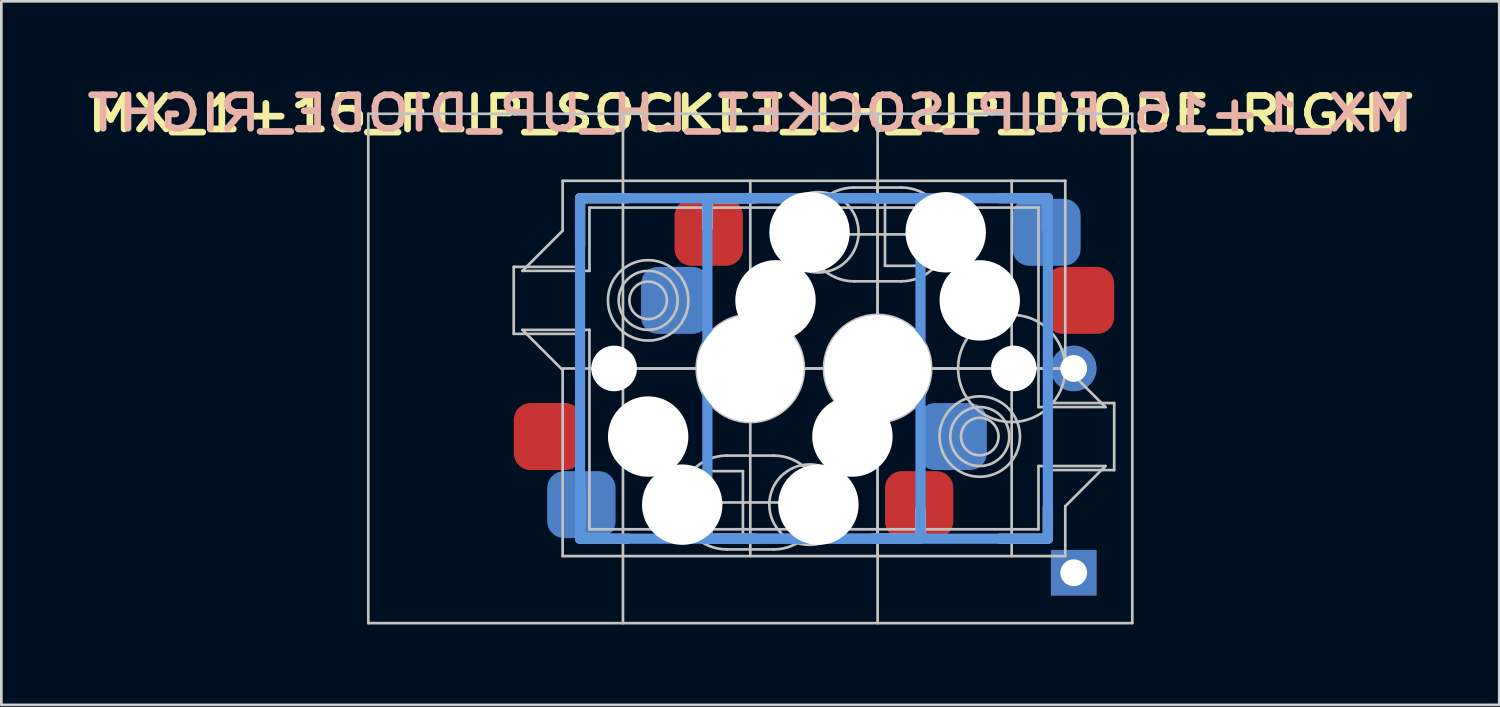
<source format=kicad_pcb>
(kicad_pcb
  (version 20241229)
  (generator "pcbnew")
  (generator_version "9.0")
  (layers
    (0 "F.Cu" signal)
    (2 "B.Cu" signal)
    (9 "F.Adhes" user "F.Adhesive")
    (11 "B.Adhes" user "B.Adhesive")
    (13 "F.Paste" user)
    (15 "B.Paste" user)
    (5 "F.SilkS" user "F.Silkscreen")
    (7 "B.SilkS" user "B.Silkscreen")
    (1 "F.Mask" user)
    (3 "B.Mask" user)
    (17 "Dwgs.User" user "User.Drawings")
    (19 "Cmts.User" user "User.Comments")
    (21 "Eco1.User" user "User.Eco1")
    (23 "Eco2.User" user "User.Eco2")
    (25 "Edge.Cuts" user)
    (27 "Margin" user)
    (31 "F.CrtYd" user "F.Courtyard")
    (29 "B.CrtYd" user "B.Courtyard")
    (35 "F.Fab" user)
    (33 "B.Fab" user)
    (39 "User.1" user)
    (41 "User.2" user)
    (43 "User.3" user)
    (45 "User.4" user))
  (footprint "MX_1+15_FLIP_SOCKET_LH_UP_DIODE_RIGHT"
    (layer "F.Cu")
    (at 24.939 10.695)
    (property "Reference" "MX_1+15_FLIP_SOCKET_LH_UP_DIODE_RIGHT" (at 0 -9.5 180) (layer "F.SilkS") (effects (font (size 1.25 1.5) (thickness 0.25))))
    (attr through_hole)
    (fp_line (start -6.35 -6.35) (end -4.572 -6.35) (stroke (width 0.381) (type solid)) (layer "F.SilkS"))
    (fp_line (start -6.35 -4.572) (end -6.35 -6.35) (stroke (width 0.381) (type solid)) (layer "F.SilkS"))
    (fp_line (start -1.6 -5.25) (end -1.6 -6.1) (stroke (width 0.381) (type solid)) (layer "F.SilkS"))
    (fp_line (start -1.6 6.35) (end -1.6 5.3) (stroke (width 0.381) (type solid)) (layer "F.SilkS"))
    (fp_line (start -1.25 -6.35) (end 0.178 -6.35) (stroke (width 0.381) (type solid)) (layer "F.SilkS"))
    (fp_line (start 0.178 6.35) (end -1.6 6.35) (stroke (width 0.381) (type solid)) (layer "F.SilkS"))
    (fp_line (start 4.572 -6.35) (end 6.35 -6.35) (stroke (width 0.381) (type solid)) (layer "F.SilkS"))
    (fp_line (start 6 6.35) (end 4.572 6.35) (stroke (width 0.381) (type solid)) (layer "F.SilkS"))
    (fp_line (start 6.35 -6.35) (end 6.35 -5.25) (stroke (width 0.381) (type solid)) (layer "F.SilkS"))
    (fp_line (start 6.35 5.3) (end 6.35 6.1) (stroke (width 0.381) (type solid)) (layer "F.SilkS"))
    (fp_line (start 11.1 5.2) (end 11.1 6.35) (stroke (width 0.381) (type solid)) (layer "F.SilkS"))
    (fp_line (start 11.1 6.35) (end 9.322 6.35) (stroke (width 0.381) (type solid)) (layer "F.SilkS"))
    (fp_line (start -6.35 6.35) (end -6.35 4.572) (stroke (width 0.381) (type solid)) (layer "B.SilkS"))
    (fp_line (start -4.572 6.35) (end -6.35 6.35) (stroke (width 0.381) (type solid)) (layer "B.SilkS"))
    (fp_line (start -1.6 -6.35) (end 0.178 -6.35) (stroke (width 0.381) (type solid)) (layer "B.SilkS"))
    (fp_line (start -1.6 -5.25) (end -1.6 -6.35) (stroke (width 0.381) (type solid)) (layer "B.SilkS"))
    (fp_line (start -1.6 6.1) (end -1.6 5.3) (stroke (width 0.381) (type solid)) (layer "B.SilkS"))
    (fp_line (start 0.178 6.35) (end -1.25 6.35) (stroke (width 0.381) (type solid)) (layer "B.SilkS"))
    (fp_line (start 4.572 -6.35) (end 6 -6.35) (stroke (width 0.381) (type solid)) (layer "B.SilkS"))
    (fp_line (start 6.35 -6.1) (end 6.35 -5.25) (stroke (width 0.381) (type solid)) (layer "B.SilkS"))
    (fp_line (start 6.35 5.3) (end 6.35 6.35) (stroke (width 0.381) (type solid)) (layer "B.SilkS"))
    (fp_line (start 6.35 6.35) (end 4.572 6.35) (stroke (width 0.381) (type solid)) (layer "B.SilkS"))
    (fp_line (start 9.322 -6.35) (end 11.1 -6.35) (stroke (width 0.381) (type solid)) (layer "B.SilkS"))
    (fp_line (start 11.1 -6.35) (end 11.1 -5.2) (stroke (width 0.381) (type solid)) (layer "B.SilkS"))
    (fp_line (start -14.25 -9.5) (end -14.25 9.5) (stroke (width 0.1) (type solid)) (layer "Dwgs.User"))
    (fp_line (start -14.25 9.5) (end 14.25 9.5) (stroke (width 0.1) (type solid)) (layer "Dwgs.User"))
    (fp_line (start -8.825 -3.79) (end -8.825 -1.29) (stroke (width 0.1) (type solid)) (layer "Dwgs.User"))
    (fp_line (start -8.825 -1.29) (end -6.275 -1.29) (stroke (width 0.1) (type solid)) (layer "Dwgs.User"))
    (fp_line (start -8.5 -3.64) (end -7 -5.14) (stroke (width 0.1) (type solid)) (layer "Dwgs.User"))
    (fp_line (start -8.5 -3.64) (end -6 -3.64) (stroke (width 0.1) (type solid)) (layer "Dwgs.User"))
    (fp_line (start -7 -5.14) (end -7 -7) (stroke (width 0.1) (type solid)) (layer "Dwgs.User"))
    (fp_line (start -7 0.06) (end -8.5 -1.44) (stroke (width 0.1) (type solid)) (layer "Dwgs.User"))
    (fp_line (start -7 7) (end -7 0.06) (stroke (width 0.1) (type solid)) (layer "Dwgs.User"))
    (fp_line (start -7 7) (end 11.75 7) (stroke (width 0.1) (type solid)) (layer "Dwgs.User"))
    (fp_line (start -6.275 -3.79) (end -8.825 -3.79) (stroke (width 0.1) (type solid)) (layer "Dwgs.User"))
    (fp_line (start -6.275 -1.29) (end -6.275 -3.79) (stroke (width 0.1) (type solid)) (layer "Dwgs.User"))
    (fp_line (start -6 -3.64) (end -6 -6) (stroke (width 0.1) (type solid)) (layer "Dwgs.User"))
    (fp_line (start -6 -1.44) (end -8.5 -1.44) (stroke (width 0.1) (type solid)) (layer "Dwgs.User"))
    (fp_line (start -6 6) (end -6 -1.44) (stroke (width 0.1) (type solid)) (layer "Dwgs.User"))
    (fp_line (start -4.75 -9.5) (end -4.75 9.5) (stroke (width 0.1) (type solid)) (layer "Dwgs.User"))
    (fp_line (start -2.825 3.83) (end -2.825 6.33) (stroke (width 0.1) (type solid)) (layer "Dwgs.User"))
    (fp_line (start -2.825 6.33) (end -0.275 6.33) (stroke (width 0.1) (type solid)) (layer "Dwgs.User"))
    (fp_line (start -0.275 3.83) (end -2.825 3.83) (stroke (width 0.1) (type solid)) (layer "Dwgs.User"))
    (fp_line (start -0.275 6.33) (end -0.275 3.83) (stroke (width 0.1) (type solid)) (layer "Dwgs.User"))
    (fp_line (start 0 7) (end 0 -7) (stroke (width 0.1) (type solid)) (layer "Dwgs.User"))
    (fp_line (start 0.875 3.25) (end -0.875 3.25) (stroke (width 0.1) (type solid)) (layer "Dwgs.User"))
    (fp_line (start 0.875 6.75) (end -0.875 6.75) (stroke (width 0.1) (type solid)) (layer "Dwgs.User"))
    (fp_line (start 2.125 -5) (end 7.375 -5) (stroke (width 0.1) (type solid)) (layer "Dwgs.User"))
    (fp_line (start 2.625 5) (end -2.625 5) (stroke (width 0.1) (type solid)) (layer "Dwgs.User"))
    (fp_line (start 3.875 -6.75) (end 5.625 -6.75) (stroke (width 0.1) (type solid)) (layer "Dwgs.User"))
    (fp_line (start 3.875 -3.25) (end 5.625 -3.25) (stroke (width 0.1) (type solid)) (layer "Dwgs.User"))
    (fp_line (start 4.75 -9.5) (end 4.75 9.5) (stroke (width 0.1) (type solid)) (layer "Dwgs.User"))
    (fp_line (start 4.75 7) (end 4.75 -7) (stroke (width 0.1) (type solid)) (layer "Dwgs.User"))
    (fp_line (start 5.025 -6.33) (end 5.025 -3.83) (stroke (width 0.1) (type solid)) (layer "Dwgs.User"))
    (fp_line (start 5.025 -3.83) (end 7.575 -3.83) (stroke (width 0.1) (type solid)) (layer "Dwgs.User"))
    (fp_line (start 7.575 -6.33) (end 5.025 -6.33) (stroke (width 0.1) (type solid)) (layer "Dwgs.User"))
    (fp_line (start 7.575 -3.83) (end 7.575 -6.33) (stroke (width 0.1) (type solid)) (layer "Dwgs.User"))
    (fp_line (start 9.75 -7) (end 9.75 7) (stroke (width 0.1) (type solid)) (layer "Dwgs.User"))
    (fp_line (start 10.75 -6) (end -6 -6) (stroke (width 0.1) (type solid)) (layer "Dwgs.User"))
    (fp_line (start 10.75 -6) (end 10.75 1.44) (stroke (width 0.1) (type solid)) (layer "Dwgs.User"))
    (fp_line (start 10.75 1.44) (end 13.25 1.44) (stroke (width 0.1) (type solid)) (layer "Dwgs.User"))
    (fp_line (start 10.75 3.64) (end 10.75 6) (stroke (width 0.1) (type solid)) (layer "Dwgs.User"))
    (fp_line (start 10.75 6) (end -6 6) (stroke (width 0.1) (type solid)) (layer "Dwgs.User"))
    (fp_line (start 11.025 1.29) (end 11.025 3.79) (stroke (width 0.1) (type solid)) (layer "Dwgs.User"))
    (fp_line (start 11.025 3.79) (end 13.575 3.79) (stroke (width 0.1) (type solid)) (layer "Dwgs.User"))
    (fp_line (start 11.75 -7) (end -7 -7) (stroke (width 0.1) (type solid)) (layer "Dwgs.User"))
    (fp_line (start 11.75 -7) (end 11.75 -0.06) (stroke (width 0.1) (type solid)) (layer "Dwgs.User"))
    (fp_line (start 11.75 -0.06) (end 13.25 1.44) (stroke (width 0.1) (type solid)) (layer "Dwgs.User"))
    (fp_line (start 11.75 0) (end -7 0) (stroke (width 0.1) (type solid)) (layer "Dwgs.User"))
    (fp_line (start 11.75 0) (end -4.75 0) (stroke (width 0.1) (type solid)) (layer "Dwgs.User"))
    (fp_line (start 11.75 5.14) (end 11.75 7) (stroke (width 0.1) (type solid)) (layer "Dwgs.User"))
    (fp_line (start 13.25 3.64) (end 10.75 3.64) (stroke (width 0.1) (type solid)) (layer "Dwgs.User"))
    (fp_line (start 13.25 3.64) (end 11.75 5.14) (stroke (width 0.1) (type solid)) (layer "Dwgs.User"))
    (fp_line (start 13.575 1.29) (end 11.025 1.29) (stroke (width 0.1) (type solid)) (layer "Dwgs.User"))
    (fp_line (start 13.575 3.79) (end 13.575 1.29) (stroke (width 0.1) (type solid)) (layer "Dwgs.User"))
    (fp_line (start 14.25 -9.5) (end -14.25 -9.5) (stroke (width 0.1) (type solid)) (layer "Dwgs.User"))
    (fp_line (start 14.25 9.5) (end 14.25 -9.5) (stroke (width 0.1) (type solid)) (layer "Dwgs.User"))
    (fp_arc (start -0.875 6.75) (mid -2.625 5) (end -0.875 3.25) (stroke (width 0.1) (type solid)) (layer "Dwgs.User"))
    (fp_arc (start 0.875 3.25) (mid 2.625 5) (end 0.875 6.75) (stroke (width 0.1) (type solid)) (layer "Dwgs.User"))
    (fp_arc (start 3.875 -3.25) (mid 2.125 -5) (end 3.875 -6.75) (stroke (width 0.1) (type solid)) (layer "Dwgs.User"))
    (fp_arc (start 5.625 -6.75) (mid 7.375 -5) (end 5.625 -3.25) (stroke (width 0.1) (type solid)) (layer "Dwgs.User"))
    (fp_circle (center -3.81 -2.54) (end -3.81 -1.84) (stroke (width 0.1) (type solid)) (fill no) (layer "Dwgs.User"))
    (fp_circle (center -3.81 -2.54) (end -3.81 -1.44) (stroke (width 0.1) (type solid)) (fill no) (layer "Dwgs.User"))
    (fp_circle (center -3.81 -2.54) (end -3.81 -1.04) (stroke (width 0.1) (type solid)) (fill no) (layer "Dwgs.User"))
    (fp_circle (center 0 0) (end 0 2) (stroke (width 0.1) (type solid)) (fill no) (layer "Dwgs.User"))
    (fp_circle (center 2.21 5.08) (end 2.21 5.78) (stroke (width 0.1) (type solid)) (fill no) (layer "Dwgs.User"))
    (fp_circle (center 2.21 5.08) (end 2.21 6.18) (stroke (width 0.1) (type solid)) (fill no) (layer "Dwgs.User"))
    (fp_circle (center 2.21 5.08) (end 2.21 6.58) (stroke (width 0.1) (type solid)) (fill no) (layer "Dwgs.User"))
    (fp_circle (center 2.54 -5.08) (end 2.54 -4.38) (stroke (width 0.1) (type solid)) (fill no) (layer "Dwgs.User"))
    (fp_circle (center 2.54 -5.08) (end 2.54 -3.98) (stroke (width 0.1) (type solid)) (fill no) (layer "Dwgs.User"))
    (fp_circle (center 2.54 -5.08) (end 2.54 -3.58) (stroke (width 0.1) (type solid)) (fill no) (layer "Dwgs.User"))
    (fp_circle (center 4.75 0) (end 4.75 2) (stroke (width 0.1) (type solid)) (fill no) (layer "Dwgs.User"))
    (fp_circle (center 8.56 2.54) (end 8.56 3.24) (stroke (width 0.1) (type solid)) (fill no) (layer "Dwgs.User"))
    (fp_circle (center 8.56 2.54) (end 8.56 3.64) (stroke (width 0.1) (type solid)) (fill no) (layer "Dwgs.User"))
    (fp_circle (center 8.56 2.54) (end 8.56 4.04) (stroke (width 0.1) (type solid)) (fill no) (layer "Dwgs.User"))
    (fp_circle (center 9.75 0) (end 9.75 2) (stroke (width 0.1) (type solid)) (fill no) (layer "Dwgs.User"))
    (fp_line (start -6.35 -6.35) (end 6.35 -6.35) (stroke (width 0.381) (type solid)) (layer "Cmts.User"))
    (fp_line (start -6.35 6.35) (end -6.35 -6.35) (stroke (width 0.381) (type solid)) (layer "Cmts.User"))
    (fp_line (start -1.6 -6.35) (end 11.1 -6.35) (stroke (width 0.381) (type solid)) (layer "Cmts.User"))
    (fp_line (start -1.6 6.35) (end -1.6 -6.35) (stroke (width 0.381) (type solid)) (layer "Cmts.User"))
    (fp_line (start 6.35 -6.35) (end 6.35 6.35) (stroke (width 0.381) (type solid)) (layer "Cmts.User"))
    (fp_line (start 6.35 6.35) (end -6.35 6.35) (stroke (width 0.381) (type solid)) (layer "Cmts.User"))
    (fp_line (start 11.1 -6.35) (end 11.1 6.35) (stroke (width 0.381) (type solid)) (layer "Cmts.User"))
    (fp_line (start 11.1 6.35) (end -1.6 6.35) (stroke (width 0.381) (type solid)) (layer "Cmts.User"))
    (fp_line (start -4.75 -9.5) (end 14.25 -9.5) (stroke (width 0.025) (type solid)) (layer "Eco2.User"))
    (fp_line (start -4.75 9.5) (end -4.75 -9.5) (stroke (width 0.025) (type solid)) (layer "Eco2.User"))
    (fp_line (start -2.25 -7) (end 11.75 -7) (stroke (width 0.025) (type solid)) (layer "Eco2.User"))
    (fp_line (start -2.25 7) (end -2.25 -7) (stroke (width 0.025) (type solid)) (layer "Eco2.User"))
    (fp_line (start -2.25 7) (end 11.75 7) (stroke (width 0.025) (type solid)) (layer "Eco2.User"))
    (fp_line (start 11.75 -7) (end 11.75 7) (stroke (width 0.025) (type solid)) (layer "Eco2.User"))
    (fp_line (start 14.25 -9.5) (end 14.25 9.5) (stroke (width 0.025) (type solid)) (layer "Eco2.User"))
    (fp_line (start 14.25 9.5) (end -4.75 9.5) (stroke (width 0.025) (type solid)) (layer "Eco2.User"))
    (fp_text user "${REFERENCE}" (at 0 -9.525 0) (layer "B.SilkS") (effects (font (size 1.25 1.5) (thickness 0.25)) (justify mirror)))
    (pad "" np_thru_hole circle (at -5.08 0 180) (size 1.702 1.702) (drill 1.702) (layers "*.Cu" "*.Mask"))
    (pad "" np_thru_hole circle (at -3.81 2.54 180) (size 3 3) (drill 3) (layers "*.Cu" "*.Mask"))
    (pad "" np_thru_hole circle (at -2.54 5.08 180) (size 3 3) (drill 3) (layers "*.Cu" "*.Mask"))
    (pad "" np_thru_hole circle (at 0 0 180) (size 3.988 3.988) (drill 3.988) (layers "*.Cu" "*.Mask"))
    (pad "" np_thru_hole circle (at 0.94 -2.54) (size 3 3) (drill 3) (layers "*.Cu" "*.Mask"))
    (pad "" np_thru_hole circle (at 2.21 -5.08) (size 3 3) (drill 3) (layers "*.Cu" "*.Mask"))
    (pad "" np_thru_hole circle (at 2.54 5.08 180) (size 3 3) (drill 3) (layers "*.Cu" "*.Mask"))
    (pad "" np_thru_hole circle (at 3.81 2.54 180) (size 3 3) (drill 3) (layers "*.Cu" "*.Mask"))
    (pad "" np_thru_hole circle (at 4.75 0) (size 3.988 3.988) (drill 3.988) (layers "*.Cu" "*.Mask"))
    (pad "" np_thru_hole circle (at 7.29 -5.08) (size 3 3) (drill 3) (layers "*.Cu" "*.Mask"))
    (pad "" np_thru_hole circle (at 8.56 -2.54) (size 3 3) (drill 3) (layers "*.Cu" "*.Mask"))
    (pad "" np_thru_hole circle (at 9.83 0) (size 1.702 1.702) (drill 1.702) (layers "*.Cu" "*.Mask"))
    (pad "1" smd roundrect (at -7.55 2.54 180) (size 2.55 2.5) (layers "F.Cu" "F.Mask" "F.Paste") (roundrect_rratio 0.25))
    (pad "1" smd roundrect (at -6.3 5.08 180) (size 2.55 2.5) (layers "B.Cu" "B.Mask" "B.Paste") (roundrect_rratio 0.25))
    (pad "1" smd roundrect (at -2.8 -2.54) (size 2.55 2.5) (layers "B.Cu" "B.Mask" "B.Paste") (roundrect_rratio 0.25))
    (pad "1" smd roundrect (at -1.55 -5.08) (size 2.55 2.5) (layers "F.Cu" "F.Mask" "F.Paste") (roundrect_rratio 0.25))
    (pad "2" smd roundrect (at 6.3 5.08 180) (size 2.55 2.5) (layers "F.Cu" "F.Mask" "F.Paste") (roundrect_rratio 0.25))
    (pad "2" smd roundrect (at 7.55 2.54 180) (size 2.55 2.5) (layers "B.Cu" "B.Mask" "B.Paste") (roundrect_rratio 0.25))
    (pad "2" smd roundrect (at 11.05 -5.08) (size 2.55 2.5) (layers "B.Cu" "B.Mask" "B.Paste") (roundrect_rratio 0.25))
    (pad "2" smd roundrect (at 12.3 -2.54) (size 2.55 2.5) (layers "F.Cu" "F.Mask" "F.Paste") (roundrect_rratio 0.25))
    (pad "3" thru_hole circle (at 12.065 0 90) (size 1.7 1.7) (drill 1) (layers "*.Cu" "*.Mask"))
    (pad "4" thru_hole rect (at 12.065 7.62 90) (size 1.7 1.7) (drill 1) (layers "*.Cu" "*.Mask")))
  (gr_rect
    (start -3 -3)
    (end 52.879 23.245)
    (stroke (width 0.1) (type default))
    (fill no)
    (layer "Edge.Cuts")))
</source>
